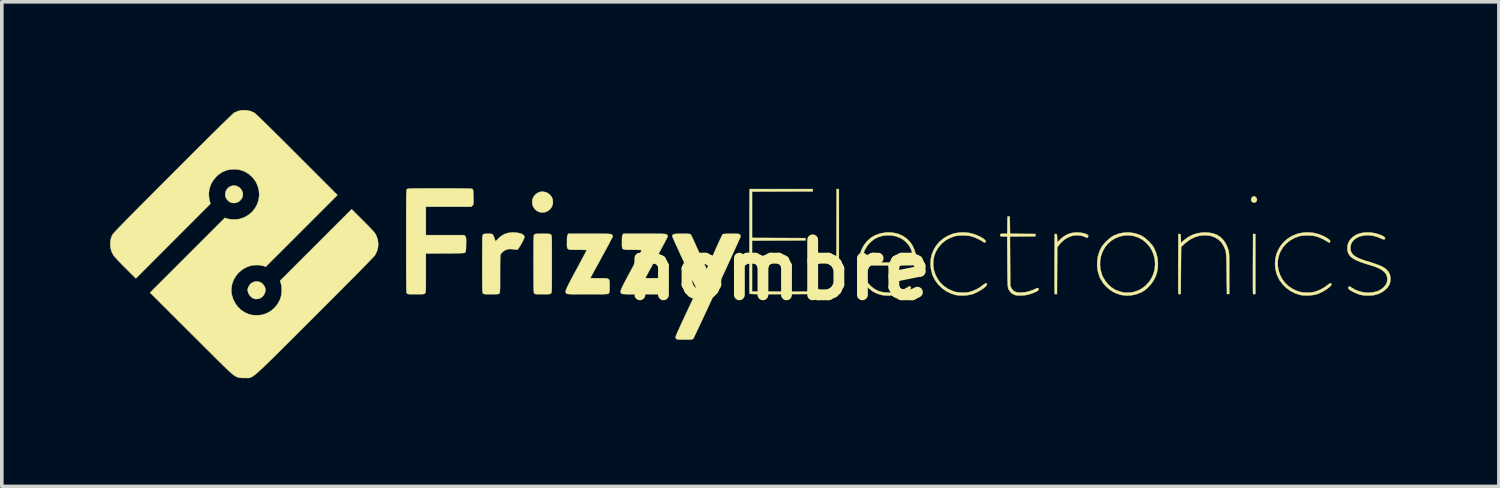
<source format=kicad_pcb>
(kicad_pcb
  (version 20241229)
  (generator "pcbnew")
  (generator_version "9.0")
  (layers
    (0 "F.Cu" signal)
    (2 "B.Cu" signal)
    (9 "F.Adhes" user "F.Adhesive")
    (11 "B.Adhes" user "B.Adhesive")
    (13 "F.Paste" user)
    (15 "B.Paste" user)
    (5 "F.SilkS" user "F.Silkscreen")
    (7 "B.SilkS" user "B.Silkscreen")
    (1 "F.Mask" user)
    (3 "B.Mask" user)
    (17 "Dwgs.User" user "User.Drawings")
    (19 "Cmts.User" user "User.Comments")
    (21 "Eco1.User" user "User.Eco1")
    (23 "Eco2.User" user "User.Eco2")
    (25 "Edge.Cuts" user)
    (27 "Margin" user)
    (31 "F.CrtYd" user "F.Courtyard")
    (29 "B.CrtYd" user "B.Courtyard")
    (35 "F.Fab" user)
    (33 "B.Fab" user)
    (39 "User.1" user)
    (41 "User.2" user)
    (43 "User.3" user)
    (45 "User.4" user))
  (footprint "nombre"
    (layer "F.Cu")
    (at 18.534 4.433)
    (property "Reference" "nombre" (at 0 0 0) (layer "F.SilkS") (effects (font (size 1.524 1.524) (thickness 0.3))))
    (attr through_hole)
    (fp_poly (pts (xy 13.208 -2.034) (xy 13.237 -2.006) (xy 13.256 -1.971) (xy 13.259 -1.95) (xy 13.248 -1.908) (xy 13.222 -1.879) (xy 13.186 -1.867) (xy 13.146 -1.873) (xy 13.119 -1.892) (xy 13.097 -1.93) (xy 13.097 -1.972) (xy 13.118 -2.01) (xy 13.127 -2.018) (xy 13.155 -2.037) (xy 13.175 -2.045) (xy 13.176 -2.045) (xy 13.208 -2.034)) (stroke (width 0.01) (type solid)) (fill yes) (layer "F.SilkS"))
    (fp_poly (pts (xy 13.214 0.667) (xy 13.186 0.671) (xy 13.161 0.668) (xy 13.151 0.658) (xy 13.15 0.643) (xy 13.149 0.604) (xy 13.148 0.545) (xy 13.147 0.466) (xy 13.147 0.371) (xy 13.147 0.261) (xy 13.147 0.139) (xy 13.147 0.007) (xy 13.147 -0.133) (xy 13.148 -0.178) (xy 13.151 -0.997) (xy 13.214 -0.997) (xy 13.214 0.667)) (stroke (width 0.01) (type solid)) (fill yes) (layer "F.SilkS"))
    (fp_poly (pts (xy 1.67 0.667) (xy 1.641 0.671) (xy 1.617 0.668) (xy 1.606 0.658) (xy 1.606 0.643) (xy 1.605 0.605) (xy 1.604 0.544) (xy 1.604 0.463) (xy 1.603 0.363) (xy 1.603 0.246) (xy 1.603 0.113) (xy 1.603 -0.034) (xy 1.603 -0.194) (xy 1.603 -0.364) (xy 1.603 -0.544) (xy 1.603 -0.731) (xy 1.603 -0.8) (xy 1.607 -2.242) (xy 1.67 -2.242) (xy 1.67 0.667)) (stroke (width 0.01) (type solid)) (fill yes) (layer "F.SilkS"))
    (fp_poly (pts (xy -15.056 -2.336) (xy -14.99 -2.313) (xy -14.929 -2.269) (xy -14.88 -2.206) (xy -14.854 -2.138) (xy -14.852 -2.066) (xy -14.874 -1.995) (xy -14.898 -1.957) (xy -14.95 -1.904) (xy -15.016 -1.869) (xy -15.087 -1.854) (xy -15.16 -1.86) (xy -15.196 -1.872) (xy -15.238 -1.899) (xy -15.28 -1.94) (xy -15.314 -1.987) (xy -15.335 -2.032) (xy -15.336 -2.038) (xy -15.34 -2.116) (xy -15.323 -2.185) (xy -15.29 -2.244) (xy -15.243 -2.291) (xy -15.186 -2.323) (xy -15.122 -2.339) (xy -15.056 -2.336)) (stroke (width 0.01) (type solid)) (fill yes) (layer "F.SilkS"))
    (fp_poly (pts (xy -14.402 0.328) (xy -14.339 0.357) (xy -14.286 0.404) (xy -14.246 0.468) (xy -14.244 0.473) (xy -14.226 0.536) (xy -14.23 0.598) (xy -14.255 0.666) (xy -14.257 0.671) (xy -14.3 0.732) (xy -14.357 0.776) (xy -14.423 0.802) (xy -14.493 0.807) (xy -14.546 0.795) (xy -14.609 0.76) (xy -14.661 0.708) (xy -14.699 0.646) (xy -14.718 0.579) (xy -14.719 0.559) (xy -14.713 0.518) (xy -14.699 0.473) (xy -14.695 0.464) (xy -14.653 0.399) (xy -14.599 0.354) (xy -14.536 0.327) (xy -14.469 0.318) (xy -14.402 0.328)) (stroke (width 0.01) (type solid)) (fill yes) (layer "F.SilkS"))
    (fp_poly (pts (xy -6.449 -2.153) (xy -6.415 -2.138) (xy -6.347 -2.092) (xy -6.298 -2.032) (xy -6.267 -1.964) (xy -6.256 -1.891) (xy -6.263 -1.818) (xy -6.289 -1.748) (xy -6.334 -1.685) (xy -6.398 -1.635) (xy -6.415 -1.625) (xy -6.478 -1.602) (xy -6.547 -1.593) (xy -6.612 -1.599) (xy -6.632 -1.605) (xy -6.698 -1.635) (xy -6.747 -1.674) (xy -6.773 -1.705) (xy -6.814 -1.778) (xy -6.832 -1.852) (xy -6.83 -1.925) (xy -6.811 -1.993) (xy -6.776 -2.054) (xy -6.727 -2.105) (xy -6.668 -2.144) (xy -6.6 -2.166) (xy -6.526 -2.17) (xy -6.449 -2.153)) (stroke (width 0.01) (type solid)) (fill yes) (layer "F.SilkS"))
    (fp_poly (pts (xy 0.946 -2.178) (xy 0.105 -2.175) (xy -0.737 -2.172) (xy -0.737 -0.889) (xy 0.003 -0.886) (xy 0.743 -0.883) (xy 0.743 -0.819) (xy -0.737 -0.813) (xy -0.737 0.597) (xy 0.946 0.603) (xy 0.946 0.667) (xy 0.073 0.67) (xy -0.104 0.671) (xy -0.257 0.671) (xy -0.388 0.671) (xy -0.497 0.671) (xy -0.588 0.67) (xy -0.66 0.669) (xy -0.716 0.667) (xy -0.757 0.665) (xy -0.785 0.663) (xy -0.801 0.66) (xy -0.807 0.657) (xy -0.808 0.643) (xy -0.808 0.604) (xy -0.809 0.544) (xy -0.809 0.463) (xy -0.81 0.363) (xy -0.81 0.246) (xy -0.81 0.113) (xy -0.811 -0.034) (xy -0.811 -0.194) (xy -0.81 -0.364) (xy -0.81 -0.544) (xy -0.81 -0.731) (xy -0.81 -0.8) (xy -0.806 -2.242) (xy 0.946 -2.242) (xy 0.946 -2.178)) (stroke (width 0.01) (type solid)) (fill yes) (layer "F.SilkS"))
    (fp_poly (pts (xy 8.305 -1.038) (xy 8.389 -1.03) (xy 8.461 -1.016) (xy 8.518 -0.997) (xy 8.559 -0.974) (xy 8.581 -0.949) (xy 8.581 -0.922) (xy 8.569 -0.906) (xy 8.555 -0.895) (xy 8.537 -0.896) (xy 8.507 -0.909) (xy 8.499 -0.913) (xy 8.458 -0.929) (xy 8.405 -0.945) (xy 8.357 -0.955) (xy 8.245 -0.962) (xy 8.133 -0.944) (xy 8.025 -0.905) (xy 7.923 -0.843) (xy 7.83 -0.762) (xy 7.767 -0.687) (xy 7.722 -0.626) (xy 7.719 0.021) (xy 7.715 0.667) (xy 7.687 0.671) (xy 7.662 0.668) (xy 7.652 0.658) (xy 7.651 0.643) (xy 7.65 0.604) (xy 7.649 0.545) (xy 7.648 0.466) (xy 7.648 0.371) (xy 7.648 0.261) (xy 7.648 0.139) (xy 7.648 0.007) (xy 7.648 -0.133) (xy 7.648 -0.178) (xy 7.652 -0.997) (xy 7.684 -0.997) (xy 7.698 -0.996) (xy 7.708 -0.99) (xy 7.714 -0.973) (xy 7.717 -0.942) (xy 7.719 -0.891) (xy 7.719 -0.881) (xy 7.723 -0.766) (xy 7.802 -0.843) (xy 7.903 -0.928) (xy 8.011 -0.989) (xy 8.126 -1.026) (xy 8.25 -1.039) (xy 8.305 -1.038)) (stroke (width 0.01) (type solid)) (fill yes) (layer "F.SilkS"))
    (fp_poly (pts (xy 6.411 -1.242) (xy 6.414 -1.004) (xy 6.766 -1) (xy 7.118 -0.997) (xy 7.118 -0.933) (xy 6.412 -0.927) (xy 6.416 -0.244) (xy 6.42 0.439) (xy 6.452 0.502) (xy 6.487 0.556) (xy 6.53 0.593) (xy 6.586 0.616) (xy 6.659 0.627) (xy 6.712 0.628) (xy 6.82 0.621) (xy 6.923 0.6) (xy 7.029 0.563) (xy 7.091 0.537) (xy 7.14 0.514) (xy 7.172 0.503) (xy 7.19 0.501) (xy 7.201 0.507) (xy 7.202 0.509) (xy 7.21 0.535) (xy 7.199 0.56) (xy 7.169 0.586) (xy 7.117 0.613) (xy 7.042 0.642) (xy 6.985 0.662) (xy 6.909 0.684) (xy 6.842 0.698) (xy 6.77 0.705) (xy 6.737 0.706) (xy 6.679 0.707) (xy 6.625 0.706) (xy 6.586 0.703) (xy 6.572 0.7) (xy 6.493 0.668) (xy 6.429 0.617) (xy 6.382 0.552) (xy 6.366 0.515) (xy 6.361 0.498) (xy 6.357 0.477) (xy 6.354 0.45) (xy 6.351 0.415) (xy 6.349 0.369) (xy 6.347 0.311) (xy 6.345 0.237) (xy 6.344 0.147) (xy 6.342 0.038) (xy 6.341 -0.093) (xy 6.34 -0.238) (xy 6.336 -0.927) (xy 6.243 -0.927) (xy 6.186 -0.929) (xy 6.152 -0.937) (xy 6.138 -0.953) (xy 6.14 -0.977) (xy 6.142 -0.984) (xy 6.153 -0.995) (xy 6.178 -1.001) (xy 6.222 -1.003) (xy 6.243 -1.003) (xy 6.337 -1.003) (xy 6.34 -1.241) (xy 6.344 -1.48) (xy 6.407 -1.48) (xy 6.411 -1.242)) (stroke (width 0.01) (type solid)) (fill yes) (layer "F.SilkS"))
    (fp_poly (pts (xy 11.912 -1.036) (xy 12.04 -1.013) (xy 12.153 -0.971) (xy 12.25 -0.908) (xy 12.332 -0.824) (xy 12.4 -0.72) (xy 12.453 -0.596) (xy 12.461 -0.572) (xy 12.468 -0.548) (xy 12.474 -0.527) (xy 12.478 -0.504) (xy 12.482 -0.477) (xy 12.485 -0.444) (xy 12.487 -0.402) (xy 12.489 -0.348) (xy 12.49 -0.28) (xy 12.49 -0.196) (xy 12.49 -0.093) (xy 12.49 0.032) (xy 12.49 0.095) (xy 12.49 0.667) (xy 12.427 0.667) (xy 12.42 0.108) (xy 12.418 -0.034) (xy 12.416 -0.154) (xy 12.413 -0.253) (xy 12.411 -0.335) (xy 12.407 -0.402) (xy 12.402 -0.457) (xy 12.395 -0.502) (xy 12.387 -0.541) (xy 12.376 -0.575) (xy 12.363 -0.608) (xy 12.347 -0.642) (xy 12.331 -0.674) (xy 12.27 -0.769) (xy 12.191 -0.845) (xy 12.095 -0.903) (xy 11.984 -0.942) (xy 11.925 -0.954) (xy 11.789 -0.962) (xy 11.655 -0.946) (xy 11.524 -0.905) (xy 11.398 -0.84) (xy 11.279 -0.751) (xy 11.241 -0.717) (xy 11.157 -0.637) (xy 11.144 0.667) (xy 11.116 0.671) (xy 11.091 0.668) (xy 11.081 0.658) (xy 11.08 0.643) (xy 11.079 0.604) (xy 11.078 0.545) (xy 11.077 0.466) (xy 11.077 0.371) (xy 11.077 0.261) (xy 11.077 0.139) (xy 11.077 0.007) (xy 11.077 -0.133) (xy 11.077 -0.178) (xy 11.081 -0.997) (xy 11.113 -0.997) (xy 11.127 -0.996) (xy 11.136 -0.99) (xy 11.142 -0.975) (xy 11.145 -0.945) (xy 11.147 -0.897) (xy 11.148 -0.872) (xy 11.152 -0.748) (xy 11.222 -0.812) (xy 11.34 -0.903) (xy 11.468 -0.971) (xy 11.607 -1.016) (xy 11.754 -1.038) (xy 11.768 -1.038) (xy 11.912 -1.036)) (stroke (width 0.01) (type solid)) (fill yes) (layer "F.SilkS"))
    (fp_poly (pts (xy -6.465 -1.003) (xy -6.409 -1.002) (xy -6.37 -1) (xy -6.345 -0.996) (xy -6.328 -0.99) (xy -6.315 -0.981) (xy -6.312 -0.978) (xy -6.307 -0.972) (xy -6.302 -0.965) (xy -6.299 -0.954) (xy -6.295 -0.937) (xy -6.293 -0.913) (xy -6.291 -0.88) (xy -6.289 -0.835) (xy -6.288 -0.777) (xy -6.287 -0.704) (xy -6.287 -0.614) (xy -6.287 -0.505) (xy -6.287 -0.375) (xy -6.287 -0.222) (xy -6.287 -0.165) (xy -6.287 -0.004) (xy -6.287 0.133) (xy -6.287 0.249) (xy -6.287 0.345) (xy -6.288 0.424) (xy -6.289 0.487) (xy -6.29 0.536) (xy -6.292 0.573) (xy -6.295 0.6) (xy -6.297 0.619) (xy -6.301 0.631) (xy -6.305 0.64) (xy -6.31 0.646) (xy -6.312 0.648) (xy -6.323 0.657) (xy -6.338 0.664) (xy -6.36 0.669) (xy -6.394 0.671) (xy -6.444 0.673) (xy -6.514 0.673) (xy -6.545 0.673) (xy -6.623 0.673) (xy -6.68 0.672) (xy -6.719 0.669) (xy -6.745 0.666) (xy -6.761 0.66) (xy -6.772 0.651) (xy -6.773 0.65) (xy -6.778 0.643) (xy -6.781 0.633) (xy -6.785 0.616) (xy -6.787 0.592) (xy -6.789 0.558) (xy -6.791 0.513) (xy -6.792 0.454) (xy -6.793 0.38) (xy -6.794 0.289) (xy -6.794 0.178) (xy -6.794 0.047) (xy -6.794 -0.107) (xy -6.795 -0.167) (xy -6.794 -0.329) (xy -6.794 -0.468) (xy -6.794 -0.584) (xy -6.794 -0.682) (xy -6.793 -0.761) (xy -6.792 -0.824) (xy -6.79 -0.874) (xy -6.789 -0.911) (xy -6.786 -0.938) (xy -6.783 -0.957) (xy -6.78 -0.969) (xy -6.776 -0.977) (xy -6.771 -0.982) (xy -6.759 -0.99) (xy -6.739 -0.996) (xy -6.709 -1) (xy -6.664 -1.002) (xy -6.601 -1.003) (xy -6.543 -1.003) (xy -6.465 -1.003)) (stroke (width 0.01) (type solid)) (fill yes) (layer "F.SilkS"))
    (fp_poly (pts (xy 9.857 -1.02) (xy 9.999 -0.975) (xy 10.056 -0.95) (xy 10.115 -0.914) (xy 10.181 -0.863) (xy 10.249 -0.802) (xy 10.312 -0.736) (xy 10.366 -0.672) (xy 10.398 -0.622) (xy 10.457 -0.492) (xy 10.496 -0.353) (xy 10.513 -0.208) (xy 10.51 -0.063) (xy 10.484 0.078) (xy 10.448 0.184) (xy 10.393 0.291) (xy 10.321 0.394) (xy 10.236 0.487) (xy 10.144 0.565) (xy 10.054 0.62) (xy 9.923 0.671) (xy 9.786 0.702) (xy 9.647 0.71) (xy 9.512 0.696) (xy 9.465 0.686) (xy 9.33 0.638) (xy 9.207 0.568) (xy 9.096 0.478) (xy 9.001 0.371) (xy 8.924 0.249) (xy 8.894 0.184) (xy 8.851 0.05) (xy 8.83 -0.092) (xy 8.83 -0.124) (xy 8.908 -0.124) (xy 8.926 0.01) (xy 8.965 0.141) (xy 8.993 0.203) (xy 9.055 0.306) (xy 9.133 0.401) (xy 9.223 0.482) (xy 9.319 0.543) (xy 9.337 0.553) (xy 9.467 0.603) (xy 9.596 0.629) (xy 9.725 0.63) (xy 9.823 0.616) (xy 9.951 0.576) (xy 10.069 0.515) (xy 10.175 0.434) (xy 10.265 0.336) (xy 10.339 0.224) (xy 10.393 0.099) (xy 10.422 -0.013) (xy 10.436 -0.154) (xy 10.427 -0.291) (xy 10.396 -0.421) (xy 10.346 -0.543) (xy 10.277 -0.654) (xy 10.192 -0.751) (xy 10.091 -0.833) (xy 9.976 -0.897) (xy 9.849 -0.94) (xy 9.823 -0.946) (xy 9.693 -0.962) (xy 9.567 -0.955) (xy 9.44 -0.924) (xy 9.328 -0.877) (xy 9.215 -0.808) (xy 9.119 -0.722) (xy 9.04 -0.621) (xy 8.978 -0.507) (xy 8.935 -0.385) (xy 8.911 -0.256) (xy 8.908 -0.124) (xy 8.83 -0.124) (xy 8.831 -0.238) (xy 8.852 -0.382) (xy 8.895 -0.52) (xy 8.944 -0.622) (xy 8.984 -0.681) (xy 9.039 -0.746) (xy 9.103 -0.811) (xy 9.171 -0.871) (xy 9.237 -0.921) (xy 9.286 -0.95) (xy 9.425 -1.004) (xy 9.568 -1.034) (xy 9.713 -1.039) (xy 9.857 -1.02)) (stroke (width 0.01) (type solid)) (fill yes) (layer "F.SilkS"))
    (fp_poly (pts (xy 5.261 -1.03) (xy 5.332 -1.016) (xy 5.412 -0.993) (xy 5.491 -0.964) (xy 5.565 -0.931) (xy 5.631 -0.896) (xy 5.684 -0.861) (xy 5.722 -0.828) (xy 5.74 -0.799) (xy 5.74 -0.792) (xy 5.732 -0.768) (xy 5.709 -0.762) (xy 5.675 -0.775) (xy 5.647 -0.793) (xy 5.601 -0.823) (xy 5.538 -0.856) (xy 5.467 -0.888) (xy 5.395 -0.916) (xy 5.334 -0.936) (xy 5.261 -0.949) (xy 5.174 -0.956) (xy 5.079 -0.958) (xy 4.988 -0.953) (xy 4.908 -0.942) (xy 4.878 -0.935) (xy 4.745 -0.886) (xy 4.624 -0.817) (xy 4.518 -0.73) (xy 4.429 -0.627) (xy 4.359 -0.511) (xy 4.313 -0.394) (xy 4.287 -0.262) (xy 4.284 -0.129) (xy 4.303 0.003) (xy 4.344 0.129) (xy 4.405 0.247) (xy 4.484 0.354) (xy 4.58 0.447) (xy 4.691 0.522) (xy 4.706 0.53) (xy 4.793 0.571) (xy 4.868 0.6) (xy 4.942 0.617) (xy 5.023 0.626) (xy 5.105 0.627) (xy 5.176 0.626) (xy 5.229 0.622) (xy 5.275 0.615) (xy 5.321 0.602) (xy 5.353 0.592) (xy 5.473 0.543) (xy 5.58 0.482) (xy 5.657 0.425) (xy 5.705 0.389) (xy 5.739 0.372) (xy 5.762 0.372) (xy 5.775 0.39) (xy 5.771 0.413) (xy 5.748 0.445) (xy 5.708 0.482) (xy 5.655 0.523) (xy 5.594 0.563) (xy 5.526 0.602) (xy 5.456 0.637) (xy 5.387 0.665) (xy 5.378 0.668) (xy 5.292 0.69) (xy 5.192 0.704) (xy 5.087 0.709) (xy 4.986 0.705) (xy 4.907 0.693) (xy 4.77 0.649) (xy 4.641 0.584) (xy 4.524 0.5) (xy 4.422 0.4) (xy 4.338 0.286) (xy 4.274 0.16) (xy 4.263 0.131) (xy 4.224 -0.013) (xy 4.209 -0.157) (xy 4.216 -0.296) (xy 4.246 -0.43) (xy 4.297 -0.557) (xy 4.367 -0.673) (xy 4.456 -0.778) (xy 4.563 -0.869) (xy 4.685 -0.943) (xy 4.823 -0.999) (xy 4.882 -1.016) (xy 5.002 -1.036) (xy 5.132 -1.041) (xy 5.261 -1.03)) (stroke (width 0.01) (type solid)) (fill yes) (layer "F.SilkS"))
    (fp_poly (pts (xy 14.812 -1.03) (xy 14.882 -1.016) (xy 14.962 -0.993) (xy 15.041 -0.964) (xy 15.116 -0.931) (xy 15.181 -0.896) (xy 15.235 -0.861) (xy 15.272 -0.828) (xy 15.29 -0.799) (xy 15.291 -0.792) (xy 15.282 -0.768) (xy 15.259 -0.762) (xy 15.225 -0.775) (xy 15.198 -0.793) (xy 15.151 -0.823) (xy 15.088 -0.856) (xy 15.017 -0.888) (xy 14.946 -0.916) (xy 14.884 -0.936) (xy 14.812 -0.949) (xy 14.724 -0.956) (xy 14.63 -0.958) (xy 14.538 -0.953) (xy 14.458 -0.942) (xy 14.428 -0.935) (xy 14.295 -0.886) (xy 14.175 -0.817) (xy 14.069 -0.73) (xy 13.979 -0.627) (xy 13.909 -0.511) (xy 13.863 -0.394) (xy 13.837 -0.262) (xy 13.834 -0.129) (xy 13.854 0.003) (xy 13.895 0.129) (xy 13.955 0.247) (xy 14.034 0.354) (xy 14.13 0.447) (xy 14.242 0.522) (xy 14.256 0.53) (xy 14.343 0.571) (xy 14.419 0.6) (xy 14.492 0.617) (xy 14.573 0.626) (xy 14.656 0.627) (xy 14.726 0.626) (xy 14.78 0.622) (xy 14.825 0.615) (xy 14.871 0.602) (xy 14.903 0.592) (xy 15.024 0.543) (xy 15.13 0.482) (xy 15.207 0.425) (xy 15.255 0.389) (xy 15.29 0.372) (xy 15.312 0.372) (xy 15.325 0.39) (xy 15.321 0.413) (xy 15.298 0.445) (xy 15.258 0.482) (xy 15.206 0.523) (xy 15.144 0.563) (xy 15.076 0.602) (xy 15.006 0.637) (xy 14.937 0.665) (xy 14.929 0.668) (xy 14.843 0.69) (xy 14.742 0.704) (xy 14.637 0.709) (xy 14.537 0.705) (xy 14.458 0.693) (xy 14.32 0.649) (xy 14.192 0.584) (xy 14.075 0.5) (xy 13.973 0.4) (xy 13.888 0.286) (xy 13.824 0.16) (xy 13.813 0.131) (xy 13.774 -0.013) (xy 13.759 -0.157) (xy 13.767 -0.296) (xy 13.797 -0.43) (xy 13.848 -0.557) (xy 13.918 -0.673) (xy 14.007 -0.778) (xy 14.113 -0.869) (xy 14.236 -0.943) (xy 14.373 -0.999) (xy 14.432 -1.016) (xy 14.553 -1.036) (xy 14.682 -1.041) (xy 14.812 -1.03)) (stroke (width 0.01) (type solid)) (fill yes) (layer "F.SilkS"))
    (fp_poly (pts (xy -7.322 -1.038) (xy -7.223 -1.027) (xy -7.144 -1.008) (xy -7.088 -0.981) (xy -7.055 -0.946) (xy -7.045 -0.91) (xy -7.052 -0.886) (xy -7.069 -0.847) (xy -7.093 -0.796) (xy -7.123 -0.74) (xy -7.155 -0.685) (xy -7.187 -0.634) (xy -7.211 -0.599) (xy -7.234 -0.572) (xy -7.254 -0.562) (xy -7.284 -0.564) (xy -7.288 -0.564) (xy -7.382 -0.577) (xy -7.455 -0.581) (xy -7.51 -0.575) (xy -7.527 -0.571) (xy -7.593 -0.541) (xy -7.651 -0.501) (xy -7.693 -0.455) (xy -7.696 -0.451) (xy -7.702 -0.44) (xy -7.708 -0.427) (xy -7.712 -0.41) (xy -7.715 -0.386) (xy -7.717 -0.354) (xy -7.719 -0.31) (xy -7.72 -0.251) (xy -7.721 -0.176) (xy -7.721 -0.083) (xy -7.722 0.033) (xy -7.722 0.111) (xy -7.722 0.24) (xy -7.722 0.346) (xy -7.722 0.431) (xy -7.723 0.498) (xy -7.725 0.549) (xy -7.727 0.587) (xy -7.729 0.613) (xy -7.733 0.631) (xy -7.737 0.643) (xy -7.743 0.65) (xy -7.745 0.652) (xy -7.757 0.66) (xy -7.777 0.666) (xy -7.807 0.67) (xy -7.852 0.672) (xy -7.916 0.673) (xy -7.971 0.673) (xy -8.049 0.673) (xy -8.105 0.672) (xy -8.143 0.669) (xy -8.169 0.665) (xy -8.185 0.659) (xy -8.195 0.651) (xy -8.196 0.65) (xy -8.2 0.643) (xy -8.204 0.633) (xy -8.207 0.616) (xy -8.21 0.592) (xy -8.212 0.558) (xy -8.213 0.513) (xy -8.215 0.454) (xy -8.216 0.38) (xy -8.216 0.289) (xy -8.217 0.178) (xy -8.217 0.047) (xy -8.217 -0.107) (xy -8.217 -0.167) (xy -8.217 -0.329) (xy -8.217 -0.468) (xy -8.216 -0.584) (xy -8.216 -0.682) (xy -8.215 -0.761) (xy -8.214 -0.824) (xy -8.213 -0.874) (xy -8.211 -0.911) (xy -8.209 -0.938) (xy -8.206 -0.957) (xy -8.202 -0.969) (xy -8.198 -0.977) (xy -8.194 -0.982) (xy -8.176 -0.993) (xy -8.147 -1) (xy -8.102 -1.003) (xy -8.054 -1.003) (xy -7.998 -1.003) (xy -7.959 -0.999) (xy -7.933 -0.987) (xy -7.913 -0.963) (xy -7.895 -0.924) (xy -7.875 -0.869) (xy -7.847 -0.791) (xy -7.778 -0.863) (xy -7.689 -0.942) (xy -7.592 -0.997) (xy -7.486 -1.029) (xy -7.367 -1.039) (xy -7.322 -1.038)) (stroke (width 0.01) (type solid)) (fill yes) (layer "F.SilkS"))
    (fp_poly (pts (xy 3.19 -1.03) (xy 3.322 -0.997) (xy 3.441 -0.943) (xy 3.548 -0.87) (xy 3.639 -0.779) (xy 3.712 -0.672) (xy 3.767 -0.55) (xy 3.791 -0.463) (xy 3.802 -0.403) (xy 3.807 -0.339) (xy 3.809 -0.275) (xy 3.806 -0.217) (xy 3.8 -0.172) (xy 3.789 -0.144) (xy 3.785 -0.139) (xy 3.768 -0.137) (xy 3.728 -0.135) (xy 3.665 -0.133) (xy 3.582 -0.131) (xy 3.48 -0.129) (xy 3.36 -0.128) (xy 3.225 -0.128) (xy 3.076 -0.127) (xy 3.038 -0.127) (xy 2.311 -0.127) (xy 2.311 -0.072) (xy 2.317 -0.009) (xy 2.333 0.066) (xy 2.356 0.145) (xy 2.385 0.219) (xy 2.403 0.257) (xy 2.47 0.359) (xy 2.554 0.45) (xy 2.651 0.524) (xy 2.756 0.58) (xy 2.803 0.597) (xy 2.927 0.623) (xy 3.061 0.63) (xy 3.198 0.62) (xy 3.332 0.591) (xy 3.458 0.546) (xy 3.56 0.492) (xy 3.6 0.467) (xy 3.625 0.454) (xy 3.64 0.452) (xy 3.65 0.46) (xy 3.654 0.465) (xy 3.667 0.487) (xy 3.666 0.504) (xy 3.647 0.524) (xy 3.629 0.538) (xy 3.531 0.598) (xy 3.415 0.646) (xy 3.288 0.682) (xy 3.156 0.704) (xy 3.023 0.71) (xy 2.896 0.701) (xy 2.848 0.692) (xy 2.719 0.651) (xy 2.601 0.589) (xy 2.496 0.505) (xy 2.404 0.403) (xy 2.328 0.283) (xy 2.269 0.147) (xy 2.259 0.114) (xy 2.246 0.071) (xy 2.238 0.031) (xy 2.233 -0.013) (xy 2.23 -0.068) (xy 2.229 -0.14) (xy 2.229 -0.165) (xy 2.23 -0.203) (xy 2.303 -0.203) (xy 3.738 -0.203) (xy 3.729 -0.319) (xy 3.709 -0.456) (xy 3.668 -0.579) (xy 3.607 -0.688) (xy 3.527 -0.78) (xy 3.428 -0.856) (xy 3.369 -0.889) (xy 3.253 -0.934) (xy 3.128 -0.958) (xy 3.001 -0.961) (xy 2.875 -0.945) (xy 2.756 -0.909) (xy 2.649 -0.854) (xy 2.647 -0.853) (xy 2.541 -0.768) (xy 2.453 -0.667) (xy 2.386 -0.551) (xy 2.339 -0.42) (xy 2.313 -0.289) (xy 2.303 -0.203) (xy 2.23 -0.203) (xy 2.23 -0.255) (xy 2.234 -0.325) (xy 2.241 -0.381) (xy 2.252 -0.429) (xy 2.252 -0.432) (xy 2.303 -0.574) (xy 2.373 -0.699) (xy 2.46 -0.806) (xy 2.562 -0.894) (xy 2.68 -0.963) (xy 2.811 -1.01) (xy 2.954 -1.036) (xy 3.049 -1.041) (xy 3.19 -1.03)) (stroke (width 0.01) (type solid)) (fill yes) (layer "F.SilkS"))
    (fp_poly (pts (xy 16.405 -1.038) (xy 16.54 -1.016) (xy 16.67 -0.975) (xy 16.71 -0.958) (xy 16.767 -0.929) (xy 16.8 -0.905) (xy 16.812 -0.882) (xy 16.804 -0.86) (xy 16.799 -0.855) (xy 16.787 -0.847) (xy 16.771 -0.846) (xy 16.746 -0.853) (xy 16.706 -0.871) (xy 16.686 -0.88) (xy 16.573 -0.924) (xy 16.46 -0.951) (xy 16.35 -0.963) (xy 16.244 -0.959) (xy 16.146 -0.94) (xy 16.057 -0.908) (xy 15.981 -0.863) (xy 15.92 -0.807) (xy 15.876 -0.739) (xy 15.851 -0.66) (xy 15.847 -0.609) (xy 15.855 -0.54) (xy 15.88 -0.478) (xy 15.922 -0.423) (xy 15.985 -0.374) (xy 16.069 -0.328) (xy 16.176 -0.285) (xy 16.269 -0.254) (xy 16.395 -0.216) (xy 16.499 -0.182) (xy 16.584 -0.153) (xy 16.654 -0.127) (xy 16.71 -0.102) (xy 16.756 -0.078) (xy 16.795 -0.054) (xy 16.829 -0.027) (xy 16.847 -0.011) (xy 16.907 0.056) (xy 16.943 0.13) (xy 16.959 0.214) (xy 16.96 0.248) (xy 16.951 0.337) (xy 16.924 0.415) (xy 16.876 0.487) (xy 16.829 0.537) (xy 16.733 0.611) (xy 16.623 0.665) (xy 16.499 0.698) (xy 16.361 0.71) (xy 16.339 0.71) (xy 16.274 0.707) (xy 16.207 0.701) (xy 16.15 0.693) (xy 16.142 0.691) (xy 16.084 0.675) (xy 16.015 0.648) (xy 15.944 0.616) (xy 15.879 0.582) (xy 15.829 0.55) (xy 15.819 0.543) (xy 15.795 0.517) (xy 15.789 0.495) (xy 15.792 0.485) (xy 15.807 0.462) (xy 15.832 0.46) (xy 15.868 0.48) (xy 15.879 0.488) (xy 15.98 0.549) (xy 16.095 0.594) (xy 16.218 0.622) (xy 16.343 0.632) (xy 16.466 0.623) (xy 16.582 0.596) (xy 16.648 0.569) (xy 16.713 0.529) (xy 16.775 0.477) (xy 16.824 0.419) (xy 16.844 0.388) (xy 16.868 0.319) (xy 16.873 0.241) (xy 16.86 0.165) (xy 16.837 0.113) (xy 16.788 0.052) (xy 16.715 -0.004) (xy 16.618 -0.056) (xy 16.497 -0.103) (xy 16.421 -0.126) (xy 16.272 -0.172) (xy 16.146 -0.214) (xy 16.041 -0.256) (xy 15.957 -0.298) (xy 15.89 -0.342) (xy 15.839 -0.388) (xy 15.803 -0.438) (xy 15.779 -0.494) (xy 15.767 -0.556) (xy 15.764 -0.582) (xy 15.769 -0.678) (xy 15.798 -0.767) (xy 15.848 -0.847) (xy 15.918 -0.916) (xy 16.005 -0.972) (xy 16.109 -1.013) (xy 16.145 -1.022) (xy 16.271 -1.04) (xy 16.405 -1.038)) (stroke (width 0.01) (type solid)) (fill yes) (layer "F.SilkS"))
    (fp_poly (pts (xy -5.1 -1.003) (xy -4.986 -1.003) (xy -4.892 -1.003) (xy -4.817 -1.002) (xy -4.758 -1.001) (xy -4.714 -0.999) (xy -4.681 -0.997) (xy -4.659 -0.994) (xy -4.643 -0.991) (xy -4.633 -0.986) (xy -4.626 -0.981) (xy -4.623 -0.978) (xy -4.604 -0.953) (xy -4.597 -0.933) (xy -4.603 -0.918) (xy -4.62 -0.884) (xy -4.648 -0.831) (xy -4.683 -0.763) (xy -4.727 -0.681) (xy -4.777 -0.588) (xy -4.832 -0.486) (xy -4.892 -0.377) (xy -4.909 -0.347) (xy -4.969 -0.236) (xy -5.025 -0.133) (xy -5.077 -0.039) (xy -5.122 0.044) (xy -5.16 0.114) (xy -5.19 0.169) (xy -5.21 0.206) (xy -5.219 0.223) (xy -5.22 0.225) (xy -5.208 0.226) (xy -5.174 0.227) (xy -5.123 0.228) (xy -5.058 0.228) (xy -4.983 0.229) (xy -4.978 0.229) (xy -4.885 0.228) (xy -4.814 0.23) (xy -4.762 0.234) (xy -4.726 0.245) (xy -4.704 0.264) (xy -4.692 0.293) (xy -4.687 0.335) (xy -4.686 0.392) (xy -4.686 0.451) (xy -4.687 0.521) (xy -4.688 0.57) (xy -4.691 0.603) (xy -4.696 0.625) (xy -4.705 0.64) (xy -4.712 0.648) (xy -4.719 0.654) (xy -4.727 0.659) (xy -4.74 0.663) (xy -4.76 0.666) (xy -4.789 0.669) (xy -4.828 0.67) (xy -4.881 0.672) (xy -4.95 0.672) (xy -5.038 0.673) (xy -5.145 0.673) (xy -5.275 0.673) (xy -5.3 0.673) (xy -5.435 0.673) (xy -5.546 0.673) (xy -5.637 0.672) (xy -5.709 0.672) (xy -5.765 0.67) (xy -5.807 0.669) (xy -5.837 0.666) (xy -5.858 0.663) (xy -5.871 0.659) (xy -5.88 0.654) (xy -5.884 0.65) (xy -5.895 0.637) (xy -5.902 0.623) (xy -5.904 0.605) (xy -5.902 0.583) (xy -5.894 0.553) (xy -5.879 0.515) (xy -5.857 0.465) (xy -5.826 0.403) (xy -5.786 0.326) (xy -5.737 0.233) (xy -5.677 0.12) (xy -5.613 0.003) (xy -5.555 -0.105) (xy -5.501 -0.206) (xy -5.452 -0.298) (xy -5.408 -0.379) (xy -5.373 -0.447) (xy -5.345 -0.499) (xy -5.328 -0.533) (xy -5.321 -0.548) (xy -5.321 -0.548) (xy -5.333 -0.551) (xy -5.367 -0.554) (xy -5.418 -0.556) (xy -5.484 -0.558) (xy -5.559 -0.559) (xy -5.575 -0.559) (xy -5.668 -0.559) (xy -5.739 -0.559) (xy -5.791 -0.564) (xy -5.827 -0.574) (xy -5.85 -0.592) (xy -5.862 -0.62) (xy -5.867 -0.661) (xy -5.868 -0.717) (xy -5.867 -0.781) (xy -5.867 -0.855) (xy -5.864 -0.907) (xy -5.86 -0.943) (xy -5.853 -0.966) (xy -5.848 -0.975) (xy -5.828 -1.003) (xy -5.238 -1.003) (xy -5.1 -1.003)) (stroke (width 0.01) (type solid)) (fill yes) (layer "F.SilkS"))
    (fp_poly (pts (xy -3.576 -1.003) (xy -3.462 -1.003) (xy -3.368 -1.003) (xy -3.293 -1.002) (xy -3.234 -1.001) (xy -3.19 -0.999) (xy -3.157 -0.997) (xy -3.135 -0.994) (xy -3.119 -0.991) (xy -3.109 -0.986) (xy -3.102 -0.981) (xy -3.099 -0.978) (xy -3.08 -0.953) (xy -3.073 -0.933) (xy -3.079 -0.918) (xy -3.096 -0.884) (xy -3.124 -0.831) (xy -3.159 -0.763) (xy -3.203 -0.681) (xy -3.253 -0.588) (xy -3.308 -0.486) (xy -3.368 -0.377) (xy -3.385 -0.347) (xy -3.445 -0.236) (xy -3.501 -0.133) (xy -3.553 -0.039) (xy -3.598 0.044) (xy -3.636 0.114) (xy -3.666 0.169) (xy -3.686 0.206) (xy -3.695 0.223) (xy -3.696 0.225) (xy -3.684 0.226) (xy -3.65 0.227) (xy -3.599 0.228) (xy -3.534 0.228) (xy -3.459 0.229) (xy -3.454 0.229) (xy -3.361 0.228) (xy -3.29 0.23) (xy -3.238 0.234) (xy -3.202 0.245) (xy -3.18 0.264) (xy -3.168 0.293) (xy -3.163 0.335) (xy -3.162 0.392) (xy -3.162 0.451) (xy -3.163 0.521) (xy -3.164 0.57) (xy -3.167 0.603) (xy -3.172 0.625) (xy -3.181 0.64) (xy -3.188 0.648) (xy -3.195 0.654) (xy -3.203 0.659) (xy -3.216 0.663) (xy -3.236 0.666) (xy -3.265 0.669) (xy -3.304 0.67) (xy -3.357 0.672) (xy -3.426 0.672) (xy -3.514 0.673) (xy -3.621 0.673) (xy -3.751 0.673) (xy -3.776 0.673) (xy -3.911 0.673) (xy -4.022 0.673) (xy -4.113 0.672) (xy -4.185 0.672) (xy -4.241 0.67) (xy -4.283 0.669) (xy -4.313 0.666) (xy -4.334 0.663) (xy -4.347 0.659) (xy -4.356 0.654) (xy -4.36 0.65) (xy -4.371 0.637) (xy -4.378 0.623) (xy -4.38 0.605) (xy -4.378 0.583) (xy -4.37 0.553) (xy -4.355 0.515) (xy -4.333 0.465) (xy -4.302 0.403) (xy -4.262 0.326) (xy -4.213 0.233) (xy -4.153 0.12) (xy -4.089 0.003) (xy -4.031 -0.105) (xy -3.977 -0.206) (xy -3.928 -0.298) (xy -3.884 -0.379) (xy -3.849 -0.447) (xy -3.821 -0.499) (xy -3.804 -0.533) (xy -3.797 -0.548) (xy -3.797 -0.548) (xy -3.809 -0.551) (xy -3.843 -0.554) (xy -3.894 -0.556) (xy -3.96 -0.558) (xy -4.035 -0.559) (xy -4.051 -0.559) (xy -4.144 -0.559) (xy -4.215 -0.559) (xy -4.267 -0.564) (xy -4.303 -0.574) (xy -4.326 -0.592) (xy -4.338 -0.62) (xy -4.343 -0.661) (xy -4.344 -0.717) (xy -4.343 -0.781) (xy -4.343 -0.855) (xy -4.34 -0.907) (xy -4.336 -0.943) (xy -4.329 -0.966) (xy -4.324 -0.975) (xy -4.304 -1.003) (xy -3.714 -1.003) (xy -3.576 -1.003)) (stroke (width 0.01) (type solid)) (fill yes) (layer "F.SilkS"))
    (fp_poly (pts (xy -1.234 -1.003) (xy -1.176 -1.002) (xy -1.135 -1) (xy -1.108 -0.997) (xy -1.09 -0.991) (xy -1.079 -0.984) (xy -1.074 -0.978) (xy -1.057 -0.946) (xy -1.057 -0.924) (xy -1.063 -0.907) (xy -1.08 -0.869) (xy -1.105 -0.812) (xy -1.139 -0.737) (xy -1.18 -0.645) (xy -1.228 -0.54) (xy -1.282 -0.422) (xy -1.341 -0.293) (xy -1.404 -0.155) (xy -1.471 -0.01) (xy -1.541 0.141) (xy -1.612 0.295) (xy -1.685 0.452) (xy -1.758 0.609) (xy -1.83 0.765) (xy -1.901 0.918) (xy -1.97 1.066) (xy -2.036 1.207) (xy -2.098 1.34) (xy -2.156 1.464) (xy -2.208 1.575) (xy -2.255 1.673) (xy -2.294 1.756) (xy -2.326 1.822) (xy -2.349 1.869) (xy -2.363 1.896) (xy -2.366 1.902) (xy -2.377 1.912) (xy -2.389 1.92) (xy -2.408 1.925) (xy -2.437 1.928) (xy -2.48 1.93) (xy -2.541 1.93) (xy -2.605 1.93) (xy -2.686 1.93) (xy -2.745 1.929) (xy -2.787 1.926) (xy -2.814 1.922) (xy -2.83 1.916) (xy -2.838 1.91) (xy -2.853 1.882) (xy -2.857 1.858) (xy -2.852 1.841) (xy -2.837 1.803) (xy -2.813 1.746) (xy -2.781 1.673) (xy -2.741 1.586) (xy -2.696 1.487) (xy -2.646 1.379) (xy -2.592 1.263) (xy -2.558 1.19) (xy -2.259 0.555) (xy -2.603 -0.175) (xy -2.663 -0.303) (xy -2.72 -0.424) (xy -2.772 -0.538) (xy -2.819 -0.641) (xy -2.861 -0.732) (xy -2.895 -0.808) (xy -2.921 -0.868) (xy -2.938 -0.91) (xy -2.946 -0.931) (xy -2.946 -0.933) (xy -2.944 -0.956) (xy -2.935 -0.974) (xy -2.917 -0.987) (xy -2.886 -0.995) (xy -2.839 -1) (xy -2.773 -1.003) (xy -2.686 -1.003) (xy -2.677 -1.003) (xy -2.596 -1.003) (xy -2.536 -1.002) (xy -2.494 -1) (xy -2.466 -0.996) (xy -2.449 -0.991) (xy -2.438 -0.984) (xy -2.436 -0.981) (xy -2.426 -0.965) (xy -2.408 -0.928) (xy -2.382 -0.873) (xy -2.349 -0.803) (xy -2.311 -0.72) (xy -2.269 -0.627) (xy -2.224 -0.526) (xy -2.209 -0.492) (xy -2.163 -0.391) (xy -2.121 -0.297) (xy -2.083 -0.213) (xy -2.05 -0.141) (xy -2.024 -0.085) (xy -2.005 -0.046) (xy -1.995 -0.027) (xy -1.994 -0.025) (xy -1.988 -0.037) (xy -1.972 -0.069) (xy -1.949 -0.119) (xy -1.919 -0.186) (xy -1.883 -0.266) (xy -1.842 -0.357) (xy -1.798 -0.456) (xy -1.78 -0.499) (xy -1.734 -0.602) (xy -1.691 -0.698) (xy -1.652 -0.785) (xy -1.617 -0.859) (xy -1.588 -0.919) (xy -1.567 -0.962) (xy -1.554 -0.984) (xy -1.552 -0.987) (xy -1.534 -0.994) (xy -1.498 -0.999) (xy -1.442 -1.002) (xy -1.364 -1.003) (xy -1.314 -1.003) (xy -1.234 -1.003)) (stroke (width 0.01) (type solid)) (fill yes) (layer "F.SilkS"))
    (fp_poly (pts (xy -9.221 -2.261) (xy -9.07 -2.26) (xy -8.941 -2.26) (xy -8.832 -2.259) (xy -8.742 -2.258) (xy -8.668 -2.257) (xy -8.61 -2.256) (xy -8.565 -2.254) (xy -8.533 -2.252) (xy -8.51 -2.249) (xy -8.496 -2.246) (xy -8.489 -2.243) (xy -8.48 -2.234) (xy -8.473 -2.22) (xy -8.468 -2.198) (xy -8.465 -2.163) (xy -8.463 -2.111) (xy -8.461 -2.039) (xy -8.461 -2.021) (xy -8.459 -1.944) (xy -8.459 -1.889) (xy -8.46 -1.851) (xy -8.463 -1.826) (xy -8.469 -1.809) (xy -8.477 -1.796) (xy -8.489 -1.785) (xy -8.521 -1.753) (xy -9.779 -1.753) (xy -9.779 -0.965) (xy -8.714 -0.965) (xy -8.687 -0.931) (xy -8.676 -0.916) (xy -8.669 -0.899) (xy -8.665 -0.877) (xy -8.663 -0.844) (xy -8.662 -0.795) (xy -8.663 -0.727) (xy -8.664 -0.702) (xy -8.666 -0.626) (xy -8.668 -0.571) (xy -8.672 -0.534) (xy -8.677 -0.509) (xy -8.684 -0.493) (xy -8.69 -0.486) (xy -8.698 -0.481) (xy -8.708 -0.476) (xy -8.725 -0.472) (xy -8.75 -0.469) (xy -8.785 -0.467) (xy -8.834 -0.465) (xy -8.898 -0.463) (xy -8.98 -0.462) (xy -9.081 -0.461) (xy -9.205 -0.46) (xy -9.246 -0.46) (xy -9.779 -0.456) (xy -9.779 0.083) (xy -9.779 0.214) (xy -9.779 0.322) (xy -9.78 0.41) (xy -9.78 0.479) (xy -9.782 0.532) (xy -9.784 0.572) (xy -9.786 0.6) (xy -9.789 0.62) (xy -9.794 0.633) (xy -9.799 0.641) (xy -9.804 0.648) (xy -9.815 0.657) (xy -9.829 0.663) (xy -9.851 0.668) (xy -9.883 0.671) (xy -9.93 0.672) (xy -9.996 0.673) (xy -10.056 0.673) (xy -10.138 0.673) (xy -10.199 0.672) (xy -10.241 0.67) (xy -10.27 0.667) (xy -10.288 0.661) (xy -10.3 0.654) (xy -10.304 0.65) (xy -10.307 0.645) (xy -10.31 0.636) (xy -10.313 0.623) (xy -10.315 0.603) (xy -10.317 0.576) (xy -10.319 0.539) (xy -10.32 0.493) (xy -10.321 0.434) (xy -10.322 0.362) (xy -10.323 0.276) (xy -10.324 0.173) (xy -10.324 0.053) (xy -10.325 -0.085) (xy -10.325 -0.244) (xy -10.325 -0.425) (xy -10.325 -0.628) (xy -10.325 -0.796) (xy -10.325 -1.017) (xy -10.325 -1.213) (xy -10.325 -1.387) (xy -10.325 -1.54) (xy -10.324 -1.673) (xy -10.324 -1.788) (xy -10.323 -1.886) (xy -10.323 -1.968) (xy -10.322 -2.036) (xy -10.32 -2.091) (xy -10.319 -2.135) (xy -10.317 -2.169) (xy -10.315 -2.194) (xy -10.313 -2.212) (xy -10.31 -2.225) (xy -10.307 -2.233) (xy -10.304 -2.238) (xy -10.302 -2.24) (xy -10.296 -2.244) (xy -10.286 -2.247) (xy -10.27 -2.25) (xy -10.247 -2.253) (xy -10.214 -2.255) (xy -10.171 -2.257) (xy -10.114 -2.258) (xy -10.043 -2.259) (xy -9.956 -2.26) (xy -9.85 -2.26) (xy -9.725 -2.26) (xy -9.578 -2.261) (xy -9.407 -2.261) (xy -9.396 -2.261) (xy -9.221 -2.261)) (stroke (width 0.01) (type solid)) (fill yes) (layer "F.SilkS"))
    (fp_poly (pts (xy -14.749 -4.426) (xy -14.635 -4.402) (xy -14.542 -4.361) (xy -14.523 -4.347) (xy -14.488 -4.316) (xy -14.437 -4.269) (xy -14.368 -4.204) (xy -14.284 -4.122) (xy -14.182 -4.022) (xy -14.063 -3.906) (xy -13.927 -3.771) (xy -13.774 -3.619) (xy -13.603 -3.449) (xy -13.415 -3.261) (xy -13.357 -3.203) (xy -12.23 -2.076) (xy -13.224 -1.082) (xy -14.219 -0.088) (xy -14.275 -0.109) (xy -14.316 -0.12) (xy -14.372 -0.129) (xy -14.429 -0.136) (xy -14.434 -0.136) (xy -14.558 -0.132) (xy -14.676 -0.106) (xy -14.786 -0.06) (xy -14.887 0.004) (xy -14.976 0.083) (xy -15.051 0.176) (xy -15.109 0.279) (xy -15.15 0.391) (xy -15.17 0.508) (xy -15.168 0.629) (xy -15.159 0.686) (xy -15.12 0.812) (xy -15.061 0.928) (xy -14.984 1.031) (xy -14.891 1.117) (xy -14.785 1.185) (xy -14.668 1.233) (xy -14.649 1.238) (xy -14.569 1.252) (xy -14.478 1.257) (xy -14.385 1.253) (xy -14.304 1.24) (xy -14.294 1.238) (xy -14.175 1.194) (xy -14.065 1.128) (xy -13.968 1.044) (xy -13.888 0.943) (xy -13.826 0.828) (xy -13.808 0.782) (xy -13.785 0.691) (xy -13.775 0.59) (xy -13.777 0.488) (xy -13.791 0.395) (xy -13.797 0.376) (xy -13.82 0.3) (xy -11.836 -1.683) (xy -11.518 -1.365) (xy -11.432 -1.279) (xy -11.362 -1.208) (xy -11.306 -1.15) (xy -11.262 -1.104) (xy -11.229 -1.066) (xy -11.203 -1.034) (xy -11.183 -1.006) (xy -11.167 -0.98) (xy -11.155 -0.957) (xy -11.116 -0.851) (xy -11.1 -0.739) (xy -11.106 -0.626) (xy -11.135 -0.517) (xy -11.185 -0.415) (xy -11.189 -0.409) (xy -11.204 -0.391) (xy -11.237 -0.355) (xy -11.288 -0.302) (xy -11.355 -0.232) (xy -11.438 -0.146) (xy -11.537 -0.045) (xy -11.652 0.072) (xy -11.782 0.203) (xy -11.927 0.349) (xy -12.086 0.509) (xy -12.259 0.682) (xy -12.445 0.869) (xy -12.644 1.068) (xy -12.856 1.279) (xy -12.861 1.284) (xy -13.066 1.49) (xy -13.255 1.678) (xy -13.427 1.85) (xy -13.584 2.007) (xy -13.726 2.148) (xy -13.854 2.276) (xy -13.969 2.39) (xy -14.072 2.491) (xy -14.163 2.58) (xy -14.244 2.659) (xy -14.316 2.726) (xy -14.378 2.784) (xy -14.433 2.834) (xy -14.48 2.874) (xy -14.521 2.908) (xy -14.557 2.934) (xy -14.587 2.955) (xy -14.615 2.971) (xy -14.639 2.981) (xy -14.661 2.989) (xy -14.681 2.993) (xy -14.702 2.995) (xy -14.722 2.995) (xy -14.744 2.994) (xy -14.768 2.994) (xy -14.795 2.994) (xy -14.795 2.994) (xy -14.876 2.993) (xy -14.94 2.988) (xy -14.98 2.98) (xy -14.999 2.973) (xy -15.019 2.966) (xy -15.038 2.957) (xy -15.058 2.946) (xy -15.081 2.932) (xy -15.107 2.913) (xy -15.137 2.889) (xy -15.172 2.859) (xy -15.214 2.822) (xy -15.263 2.776) (xy -15.321 2.722) (xy -15.388 2.658) (xy -15.465 2.583) (xy -15.553 2.496) (xy -15.654 2.396) (xy -15.768 2.282) (xy -15.897 2.154) (xy -16.041 2.01) (xy -16.202 1.85) (xy -16.285 1.767) (xy -17.425 0.629) (xy -15.35 -1.445) (xy -15.298 -1.426) (xy -15.238 -1.411) (xy -15.162 -1.402) (xy -15.08 -1.399) (xy -15.001 -1.404) (xy -14.937 -1.415) (xy -14.811 -1.459) (xy -14.699 -1.523) (xy -14.601 -1.605) (xy -14.521 -1.702) (xy -14.459 -1.811) (xy -14.418 -1.931) (xy -14.399 -2.059) (xy -14.398 -2.095) (xy -14.41 -2.225) (xy -14.447 -2.349) (xy -14.505 -2.464) (xy -14.584 -2.568) (xy -14.681 -2.655) (xy -14.789 -2.723) (xy -14.904 -2.767) (xy -15.029 -2.789) (xy -15.056 -2.791) (xy -15.19 -2.787) (xy -15.314 -2.76) (xy -15.43 -2.709) (xy -15.537 -2.634) (xy -15.589 -2.585) (xy -15.675 -2.482) (xy -15.739 -2.369) (xy -15.78 -2.249) (xy -15.796 -2.124) (xy -15.789 -1.996) (xy -15.774 -1.924) (xy -15.75 -1.835) (xy -17.818 0.235) (xy -18.105 -0.051) (xy -18.178 -0.124) (xy -18.247 -0.195) (xy -18.31 -0.261) (xy -18.364 -0.319) (xy -18.406 -0.367) (xy -18.434 -0.4) (xy -18.44 -0.409) (xy -18.491 -0.508) (xy -18.521 -0.617) (xy -18.529 -0.73) (xy -18.517 -0.842) (xy -18.485 -0.94) (xy -18.48 -0.95) (xy -18.474 -0.962) (xy -18.466 -0.975) (xy -18.454 -0.991) (xy -18.44 -1.009) (xy -18.42 -1.032) (xy -18.396 -1.059) (xy -18.366 -1.092) (xy -18.329 -1.132) (xy -18.284 -1.179) (xy -18.231 -1.233) (xy -18.169 -1.297) (xy -18.098 -1.37) (xy -18.015 -1.454) (xy -17.921 -1.549) (xy -17.815 -1.655) (xy -17.696 -1.775) (xy -17.563 -1.908) (xy -17.416 -2.056) (xy -17.254 -2.219) (xy -17.075 -2.398) (xy -16.879 -2.594) (xy -16.798 -2.676) (xy -16.567 -2.907) (xy -16.354 -3.119) (xy -16.159 -3.315) (xy -15.98 -3.492) (xy -15.819 -3.653) (xy -15.674 -3.797) (xy -15.545 -3.923) (xy -15.433 -4.034) (xy -15.337 -4.128) (xy -15.257 -4.205) (xy -15.192 -4.267) (xy -15.143 -4.314) (xy -15.109 -4.344) (xy -15.09 -4.36) (xy -15.088 -4.361) (xy -14.979 -4.406) (xy -14.865 -4.428) (xy -14.749 -4.426)) (stroke (width 0.01) (type solid)) (fill yes) (layer "F.SilkS")))
  (gr_rect
    (start -3 -3)
    (end 38.499 10.433)
    (stroke (width 0.1) (type default))
    (fill no)
    (layer "Edge.Cuts")))
</source>
